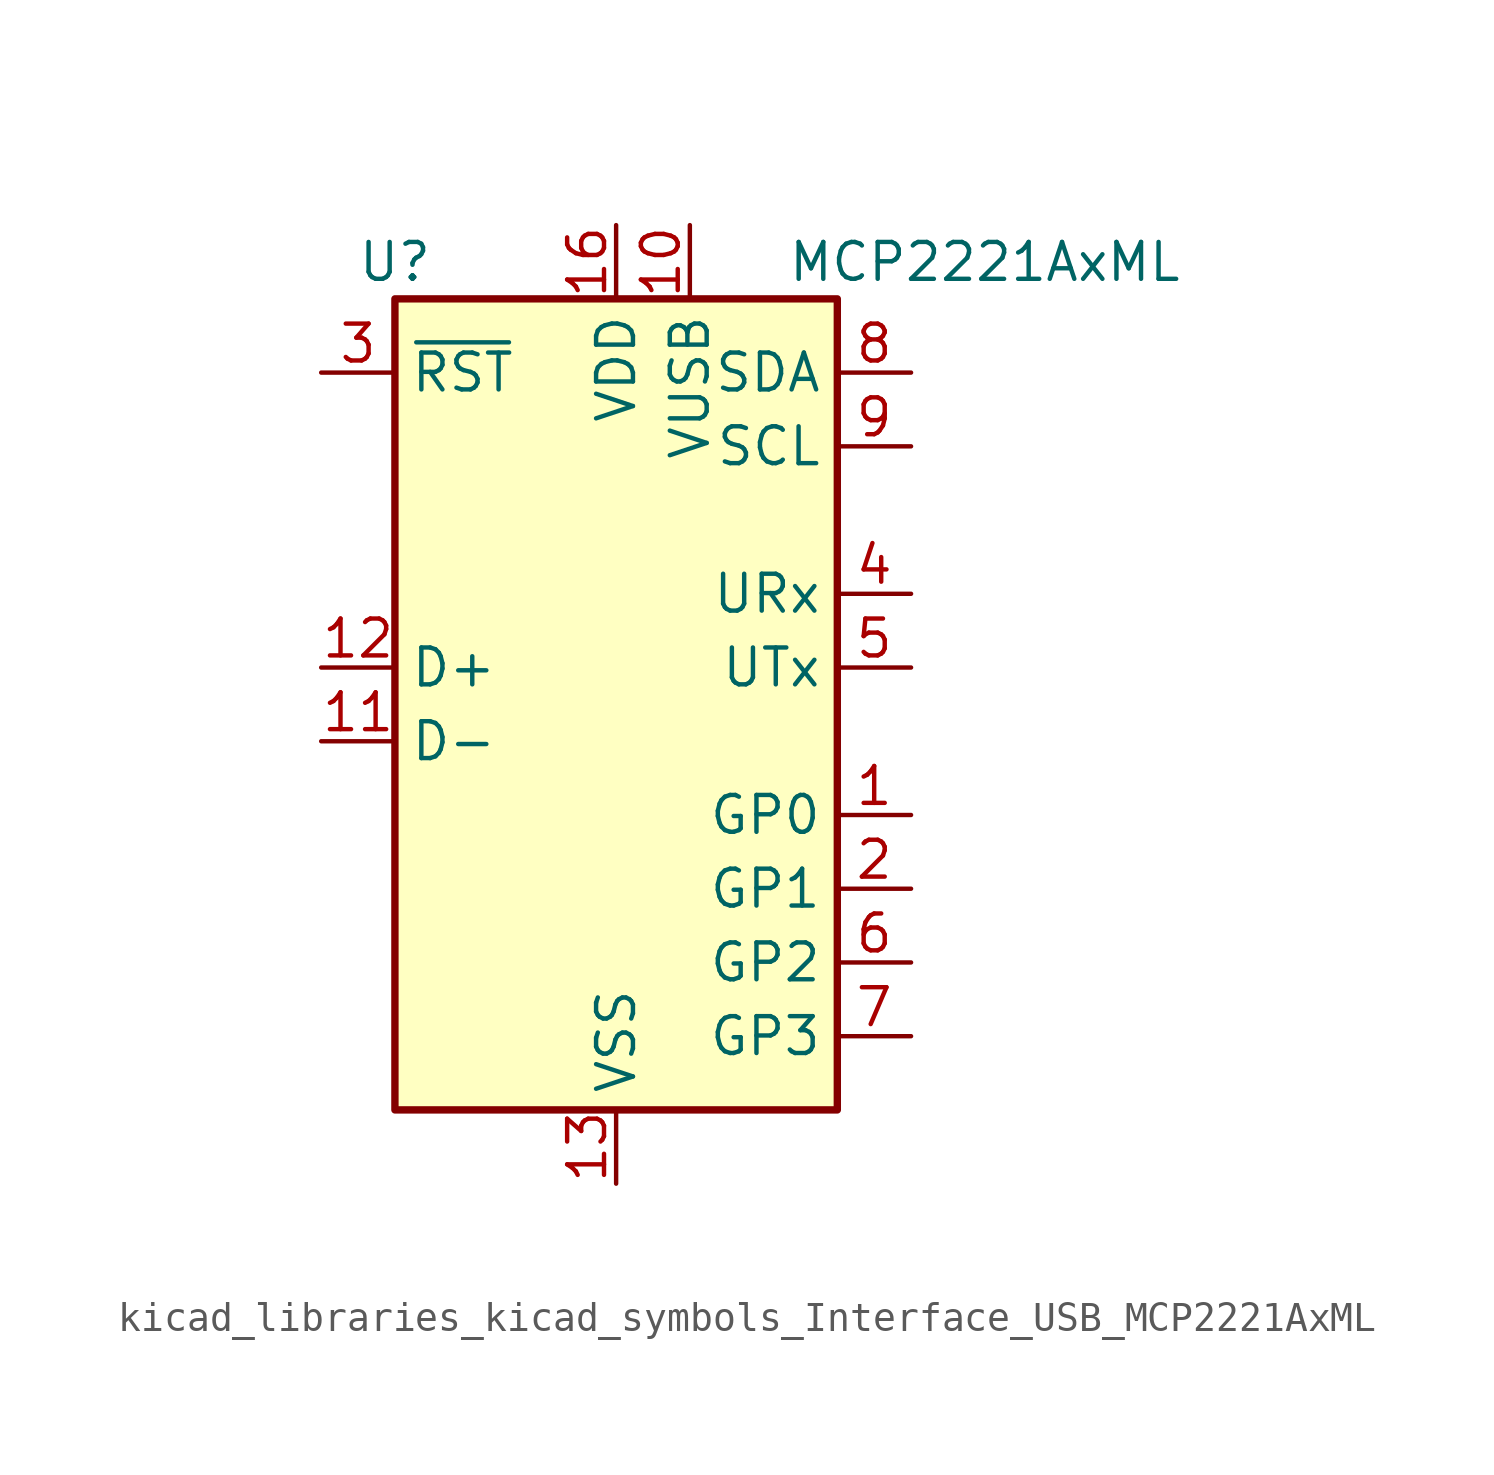
<source format=kicad_sym>
(kicad_symbol_lib
  (version 20220914)
  (generator kicad_symbol_editor)
  (symbol "kicad_libraries_kicad_symbols_Interface_USB_MCP2221AxML"
    (property "Reference" "U"
      (at -7.62 16.51 0)
      (effects (font (size 1.27 1.27))))
    (property "Value" "MCP2221AxML"
      (at 12.7 16.51 0)
      (effects (font (size 1.27 1.27))))
    (symbol "kicad_libraries_kicad_symbols_Interface_USB_MCP2221AxML_0_1"
      (rectangle (start -7.62 15.24) (end 7.62 -12.7) (stroke (width 0.254) (type default)) (fill (type background))))
    (symbol "kicad_libraries_kicad_symbols_Interface_USB_MCP2221AxML_1_1"
      (pin bidirectional line (at 10.16 -2.54 180) (length 2.54) (name "GP0" (effects (font (size 1.27 1.27)))) (number "1" (effects (font (size 1.27 1.27)))))
      (pin passive line (at 2.54 17.78 270) (length 2.54) (name "VUSB" (effects (font (size 1.27 1.27)))) (number "10" (effects (font (size 1.27 1.27)))))
      (pin bidirectional line (at -10.16 0 0) (length 2.54) (name "D-" (effects (font (size 1.27 1.27)))) (number "11" (effects (font (size 1.27 1.27)))))
      (pin bidirectional line (at -10.16 2.54 0) (length 2.54) (name "D+" (effects (font (size 1.27 1.27)))) (number "12" (effects (font (size 1.27 1.27)))))
      (pin power_in line (at 0 -15.24 90) (length 2.54) (name "VSS" (effects (font (size 1.27 1.27)))) (number "13" (effects (font (size 1.27 1.27)))))
      (pin no_connect line (at -7.62 -2.54 0) (length 2.54) hide (name "NC" (effects (font (size 1.27 1.27)))) (number "14" (effects (font (size 1.27 1.27)))))
      (pin no_connect line (at -7.62 -5.08 0) (length 2.54) hide (name "NC" (effects (font (size 1.27 1.27)))) (number "15" (effects (font (size 1.27 1.27)))))
      (pin power_in line (at 0 17.78 270) (length 2.54) (name "VDD" (effects (font (size 1.27 1.27)))) (number "16" (effects (font (size 1.27 1.27)))))
      (pin no_connect line (at -7.62 -7.62 0) (length 2.54) hide (name "NC" (effects (font (size 1.27 1.27)))) (number "17" (effects (font (size 1.27 1.27)))))
      (pin bidirectional line (at 10.16 -5.08 180) (length 2.54) (name "GP1" (effects (font (size 1.27 1.27)))) (number "2" (effects (font (size 1.27 1.27)))))
      (pin input line (at -10.16 12.7 0) (length 2.54) (name "~{RST}" (effects (font (size 1.27 1.27)))) (number "3" (effects (font (size 1.27 1.27)))))
      (pin input line (at 10.16 5.08 180) (length 2.54) (name "URx" (effects (font (size 1.27 1.27)))) (number "4" (effects (font (size 1.27 1.27)))))
      (pin output line (at 10.16 2.54 180) (length 2.54) (name "UTx" (effects (font (size 1.27 1.27)))) (number "5" (effects (font (size 1.27 1.27)))))
      (pin bidirectional line (at 10.16 -7.62 180) (length 2.54) (name "GP2" (effects (font (size 1.27 1.27)))) (number "6" (effects (font (size 1.27 1.27)))))
      (pin bidirectional line (at 10.16 -10.16 180) (length 2.54) (name "GP3" (effects (font (size 1.27 1.27)))) (number "7" (effects (font (size 1.27 1.27)))))
      (pin bidirectional line (at 10.16 12.7 180) (length 2.54) (name "SDA" (effects (font (size 1.27 1.27)))) (number "8" (effects (font (size 1.27 1.27)))))
      (pin bidirectional line (at 10.16 10.16 180) (length 2.54) (name "SCL" (effects (font (size 1.27 1.27)))) (number "9" (effects (font (size 1.27 1.27))))))))
</source>
